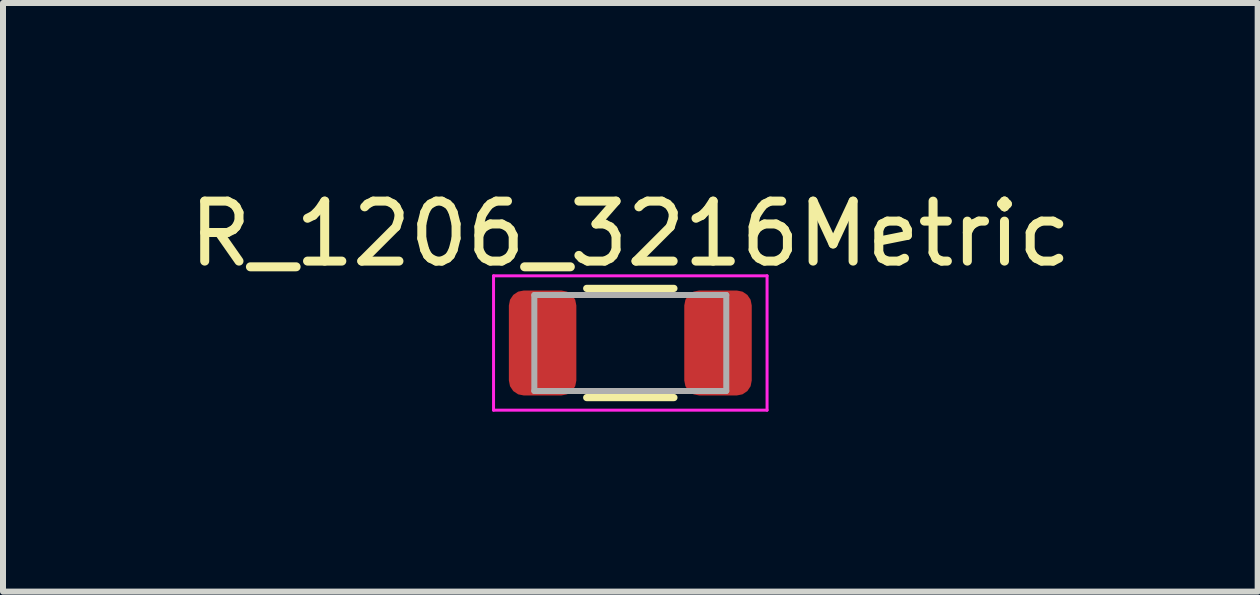
<source format=kicad_pcb>
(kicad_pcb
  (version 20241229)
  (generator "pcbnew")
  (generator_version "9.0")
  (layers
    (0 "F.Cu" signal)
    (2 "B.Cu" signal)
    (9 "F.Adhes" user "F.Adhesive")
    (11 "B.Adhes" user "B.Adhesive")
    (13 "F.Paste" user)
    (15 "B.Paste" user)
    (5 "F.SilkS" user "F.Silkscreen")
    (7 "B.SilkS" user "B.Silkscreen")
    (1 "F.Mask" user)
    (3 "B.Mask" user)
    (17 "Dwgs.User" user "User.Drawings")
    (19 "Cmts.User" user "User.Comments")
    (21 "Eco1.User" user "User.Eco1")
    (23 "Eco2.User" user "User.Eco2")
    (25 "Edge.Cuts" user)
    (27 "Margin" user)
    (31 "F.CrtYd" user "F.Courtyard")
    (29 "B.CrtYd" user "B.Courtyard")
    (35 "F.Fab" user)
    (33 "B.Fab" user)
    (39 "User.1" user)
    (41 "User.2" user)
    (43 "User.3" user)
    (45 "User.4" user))
  (footprint "R_1206_3216Metric"
    (layer "F.Cu")
    (at 7.458 2.668)
    (property "Reference" "R_1206_3216Metric" (at 0 -1.82 0) (layer "F.SilkS") (effects (font (size 1 1) (thickness 0.15))))
    (attr smd)
    (fp_line (start -0.727 -0.91) (end 0.727 -0.91) (stroke (width 0.12) (type solid)) (layer "F.SilkS"))
    (fp_line (start -0.727 0.91) (end 0.727 0.91) (stroke (width 0.12) (type solid)) (layer "F.SilkS"))
    (fp_line (start -2.28 -1.12) (end 2.28 -1.12) (stroke (width 0.05) (type solid)) (layer "F.CrtYd"))
    (fp_line (start -2.28 1.12) (end -2.28 -1.12) (stroke (width 0.05) (type solid)) (layer "F.CrtYd"))
    (fp_line (start 2.28 -1.12) (end 2.28 1.12) (stroke (width 0.05) (type solid)) (layer "F.CrtYd"))
    (fp_line (start 2.28 1.12) (end -2.28 1.12) (stroke (width 0.05) (type solid)) (layer "F.CrtYd"))
    (fp_line (start -1.6 -0.8) (end 1.6 -0.8) (stroke (width 0.1) (type solid)) (layer "F.Fab"))
    (fp_line (start -1.6 0.8) (end -1.6 -0.8) (stroke (width 0.1) (type solid)) (layer "F.Fab"))
    (fp_line (start 1.6 -0.8) (end 1.6 0.8) (stroke (width 0.1) (type solid)) (layer "F.Fab"))
    (fp_line (start 1.6 0.8) (end -1.6 0.8) (stroke (width 0.1) (type solid)) (layer "F.Fab"))
    (pad "1" smd roundrect (at -1.462 0) (size 1.125 1.75) (layers "F.Cu" "F.Mask" "F.Paste") (roundrect_rratio 0.222))
    (pad "2" smd roundrect (at 1.462 0) (size 1.125 1.75) (layers "F.Cu" "F.Mask" "F.Paste") (roundrect_rratio 0.222)))
  (gr_rect
    (start -3 -3)
    (end 17.917 6.813)
    (stroke (width 0.1) (type default))
    (fill no)
    (layer "Edge.Cuts")))
</source>
